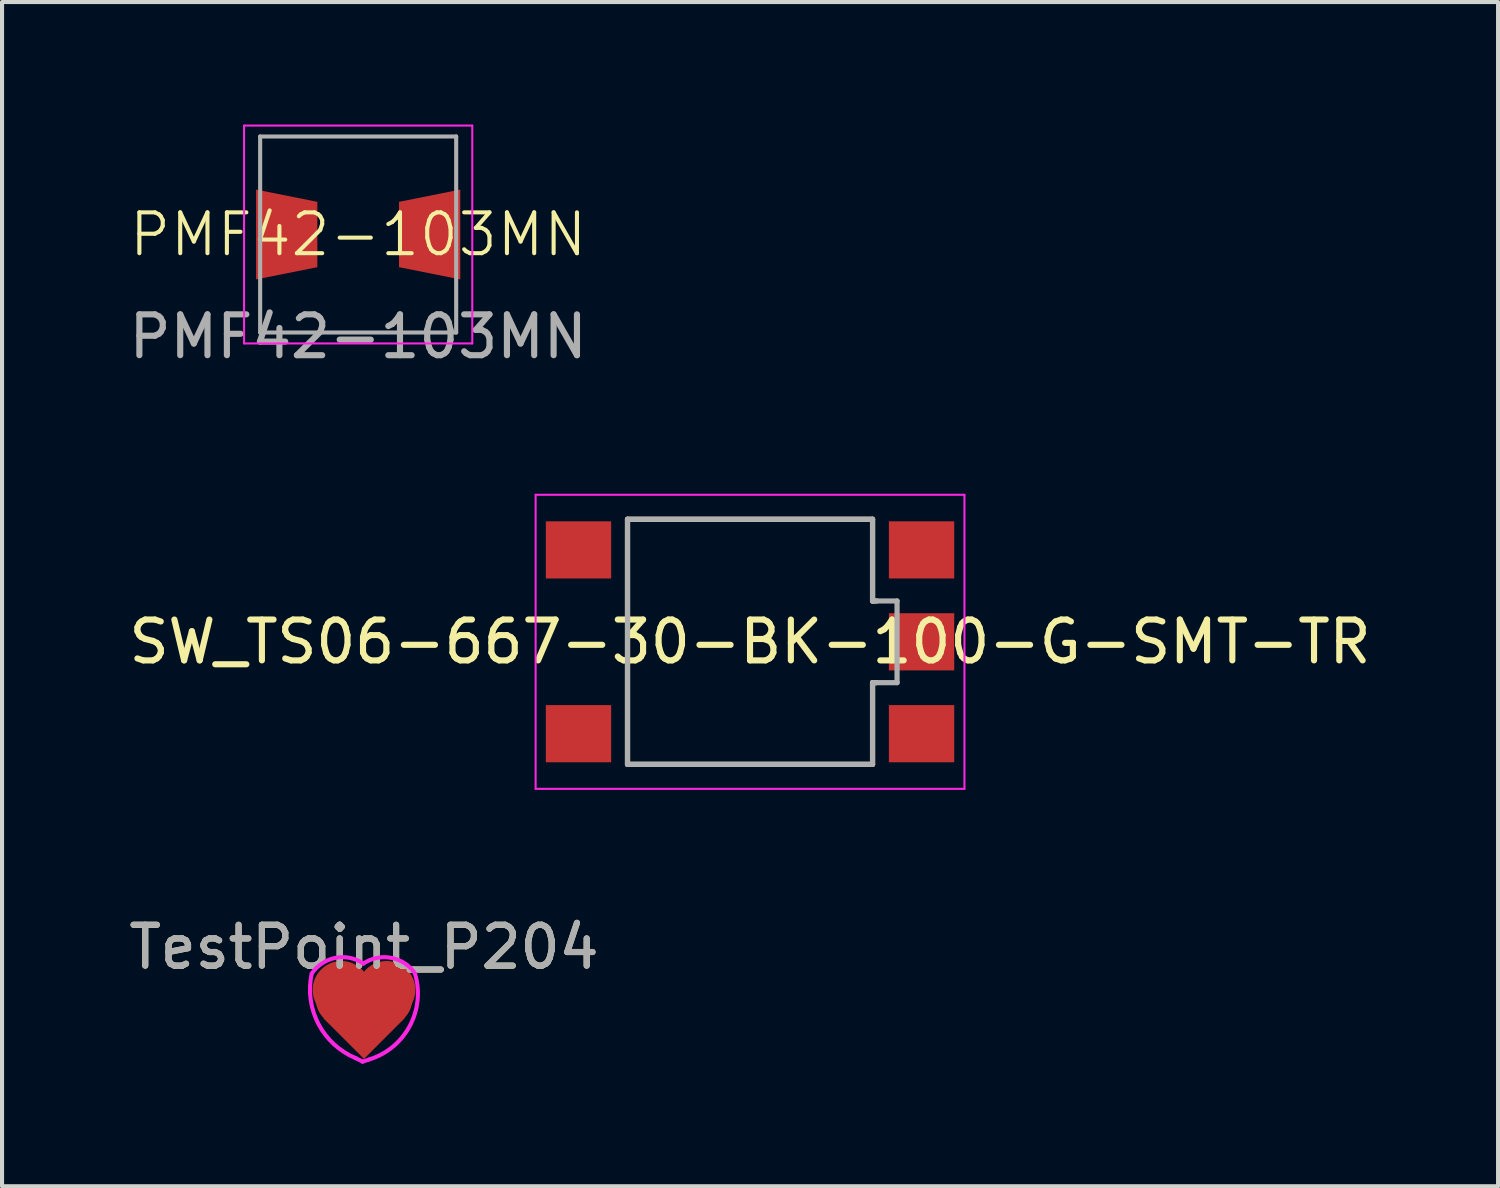
<source format=kicad_pcb>
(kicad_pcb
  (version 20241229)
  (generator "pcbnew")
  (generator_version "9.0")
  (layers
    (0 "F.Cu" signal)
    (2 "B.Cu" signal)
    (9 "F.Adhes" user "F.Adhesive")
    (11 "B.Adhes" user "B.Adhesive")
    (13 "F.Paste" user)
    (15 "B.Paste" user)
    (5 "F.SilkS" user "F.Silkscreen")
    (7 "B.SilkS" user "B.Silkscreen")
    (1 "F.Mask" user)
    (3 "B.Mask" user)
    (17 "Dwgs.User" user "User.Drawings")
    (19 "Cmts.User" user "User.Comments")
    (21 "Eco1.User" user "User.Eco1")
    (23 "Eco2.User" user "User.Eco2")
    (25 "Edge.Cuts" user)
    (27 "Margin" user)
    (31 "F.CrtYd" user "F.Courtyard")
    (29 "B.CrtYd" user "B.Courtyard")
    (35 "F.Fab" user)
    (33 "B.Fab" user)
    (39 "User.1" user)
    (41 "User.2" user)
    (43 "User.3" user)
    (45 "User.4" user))
  (footprint "PMF42-103MN"
    (layer "F.Cu")
    (at 5.72 2.692)
    (property "Reference" "PMF42-103MN" (at 0 0 0) (unlocked yes) (layer "F.SilkS") (effects (font (size 1 1) (thickness 0.1))))
    (attr smd)
    (fp_line (start -2.794 2.667) (end -2.794 -2.667) (stroke (width 0.05) (type solid)) (layer "F.CrtYd"))
    (fp_line (start 2.794 -2.667) (end -2.794 -2.667) (stroke (width 0.05) (type solid)) (layer "F.CrtYd"))
    (fp_line (start 2.794 2.667) (end -2.794 2.667) (stroke (width 0.05) (type solid)) (layer "F.CrtYd"))
    (fp_line (start 2.794 2.667) (end 2.794 -2.667) (stroke (width 0.05) (type solid)) (layer "F.CrtYd"))
    (fp_line (start -2.4 2.4) (end -2.4 -2.4) (stroke (width 0.1) (type solid)) (layer "F.Fab"))
    (fp_line (start 2.4 -2.4) (end -2.4 -2.4) (stroke (width 0.1) (type solid)) (layer "F.Fab"))
    (fp_line (start 2.4 2.4) (end -2.4 2.4) (stroke (width 0.1) (type solid)) (layer "F.Fab"))
    (fp_line (start 2.4 2.4) (end 2.4 -2.4) (stroke (width 0.1) (type solid)) (layer "F.Fab"))
    (fp_text user "${REFERENCE}" (at 0 2.5 0) (unlocked yes) (layer "F.Fab") (effects (font (size 1 1) (thickness 0.15))))
    (pad "1" smd circle (at -1.75 0 180) (size 0.025 0.025) (layers "F.Cu" "F.Mask" "F.Paste"))
    (pad "1" smd custom (at -1 -0.8 90) (size 0.000001 0.000001) (layers "F.Cu" "F.Mask" "F.Paste") (options (anchor circle)) (primitives (gr_poly (pts (xy 0 0) (xy -1.6 0) (xy -1.9 -1.5) (xy 0.3 -1.5)) (width 0) (fill yes))))
    (pad "2" smd custom (at 1 -0.8 90) (size 0.000001 0.000001) (layers "F.Cu" "F.Mask" "F.Paste") (options (anchor circle)) (primitives (gr_poly (pts (xy 0 0) (xy -1.6 0) (xy -1.9 1.5) (xy 0.3 1.5)) (width 0) (fill yes))))
    (pad "2" smd circle (at 1.75 0) (size 0.025 0.025) (layers "F.Cu" "F.Mask" "F.Paste")))
  (footprint "TestPoint_P204"
    (layer "F.Cu")
    (at 5.863 21.588)
    (property "Reference" "TestPoint_P204" (at 0 -1.448 0) (layer "F.SilkS") (effects (font (size 1 1) (thickness 0.15))))
    (attr exclude_from_pos_files exclude_from_bom)
    (fp_line (start -0.033 1.357) (end -0.196 1.275) (stroke (width 0.1) (type default)) (layer "F.CrtYd"))
    (fp_line (start 0.117 1.307) (end -0.033 1.357) (stroke (width 0.1) (type default)) (layer "F.CrtYd"))
    (fp_arc (start -1.279906 -0.799612) (mid -0.698151 -1.184153) (end -0.014876 -1.044702) (stroke (width 0.1) (type default)) (layer "F.CrtYd"))
    (fp_arc (start -0.195979 1.275081) (mid -1.115505 0.434993) (end -1.279906 -0.799612) (stroke (width 0.1) (type default)) (layer "F.CrtYd"))
    (fp_arc (start -0.014876 -1.044702) (mid 0.668399 -1.184153) (end 1.250154 -0.799612) (stroke (width 0.1) (type default)) (layer "F.CrtYd"))
    (fp_arc (start 1.247593 -0.799612) (mid 1.118379 0.487988) (end 0.11654 1.307089) (stroke (width 0.1) (type default)) (layer "F.CrtYd"))
    (fp_text user "${REFERENCE}" (at 0 -1.45 0) (layer "F.Fab") (effects (font (size 1 1) (thickness 0.15))))
    (pad "1" smd circle (at -0.55 -0.4) (size 1.414 1.414) (layers "F.Cu" "F.Mask"))
    (pad "1" smd circle (at -0.48 -0.2) (size 1.414 1.414) (layers "F.Cu" "F.Mask"))
    (pad "1" smd rect (at 0 0.3 45) (size 1.4 1.4) (layers "F.Cu" "F.Mask"))
    (pad "1" smd circle (at 0.48 -0.2) (size 1.414 1.414) (layers "F.Cu" "F.Mask"))
    (pad "1" smd circle (at 0.55 -0.4) (size 1.414 1.414) (layers "F.Cu" "F.Mask")))
  (footprint "SW_TS06-667-30-BK-100-G-SMT-TR"
    (layer "F.Cu")
    (at 15.315 12.665)
    (property "Reference" "SW_TS06-667-30-BK-100-G-SMT-TR" (at 0 0 0) (layer "F.SilkS") (effects (font (size 1 1) (thickness 0.15))))
    (attr smd)
    (fp_line (start -3 -3) (end 3 -3) (stroke (width 0.127) (type solid)) (layer "F.SilkS"))
    (fp_line (start -3 3) (end -3 -3) (stroke (width 0.127) (type solid)) (layer "F.SilkS"))
    (fp_line (start 3 -3) (end 3 -1) (stroke (width 0.127) (type solid)) (layer "F.SilkS"))
    (fp_line (start 3 -1) (end 3.1 -1) (stroke (width 0.127) (type solid)) (layer "F.SilkS"))
    (fp_line (start 3 1) (end 3 3) (stroke (width 0.127) (type solid)) (layer "F.SilkS"))
    (fp_line (start 3 1) (end 3.1 1) (stroke (width 0.127) (type solid)) (layer "F.SilkS"))
    (fp_line (start 3 3) (end -3 3) (stroke (width 0.127) (type solid)) (layer "F.SilkS"))
    (fp_line (start -5.25 -3.6) (end 5.25 -3.6) (stroke (width 0.05) (type solid)) (layer "F.CrtYd"))
    (fp_line (start -5.25 3.6) (end -5.25 -3.6) (stroke (width 0.05) (type solid)) (layer "F.CrtYd"))
    (fp_line (start 5.25 -3.6) (end 5.25 3.6) (stroke (width 0.05) (type solid)) (layer "F.CrtYd"))
    (fp_line (start 5.25 3.6) (end -5.25 3.6) (stroke (width 0.05) (type solid)) (layer "F.CrtYd"))
    (fp_line (start -3 -3) (end 3 -3) (stroke (width 0.127) (type solid)) (layer "F.Fab"))
    (fp_line (start -3 3) (end -3 -3) (stroke (width 0.127) (type solid)) (layer "F.Fab"))
    (fp_line (start 3 -3) (end 3 -1) (stroke (width 0.127) (type solid)) (layer "F.Fab"))
    (fp_line (start 3 -1) (end 3.6 -1) (stroke (width 0.127) (type solid)) (layer "F.Fab"))
    (fp_line (start 3 1) (end 3 3) (stroke (width 0.127) (type solid)) (layer "F.Fab"))
    (fp_line (start 3 3) (end -3 3) (stroke (width 0.127) (type solid)) (layer "F.Fab"))
    (fp_line (start 3.6 -1) (end 3.6 1) (stroke (width 0.127) (type solid)) (layer "F.Fab"))
    (fp_line (start 3.6 1) (end 3 1) (stroke (width 0.127) (type solid)) (layer "F.Fab"))
    (pad "1" smd rect (at 4.2 2.25) (size 1.6 1.4) (layers "F.Cu" "F.Mask" "F.Paste"))
    (pad "2" smd rect (at -4.2 2.25) (size 1.6 1.4) (layers "F.Cu" "F.Mask" "F.Paste"))
    (pad "3" smd rect (at 4.2 -2.25) (size 1.6 1.4) (layers "F.Cu" "F.Mask" "F.Paste"))
    (pad "4" smd rect (at -4.2 -2.25) (size 1.6 1.4) (layers "F.Cu" "F.Mask" "F.Paste"))
    (pad "5" smd rect (at 4.2 0) (size 1.6 1.4) (layers "F.Cu" "F.Mask" "F.Paste")))
  (gr_rect
    (start -3 -3)
    (end 33.631 25.996)
    (stroke (width 0.1) (type default))
    (fill no)
    (layer "Edge.Cuts")))
</source>
